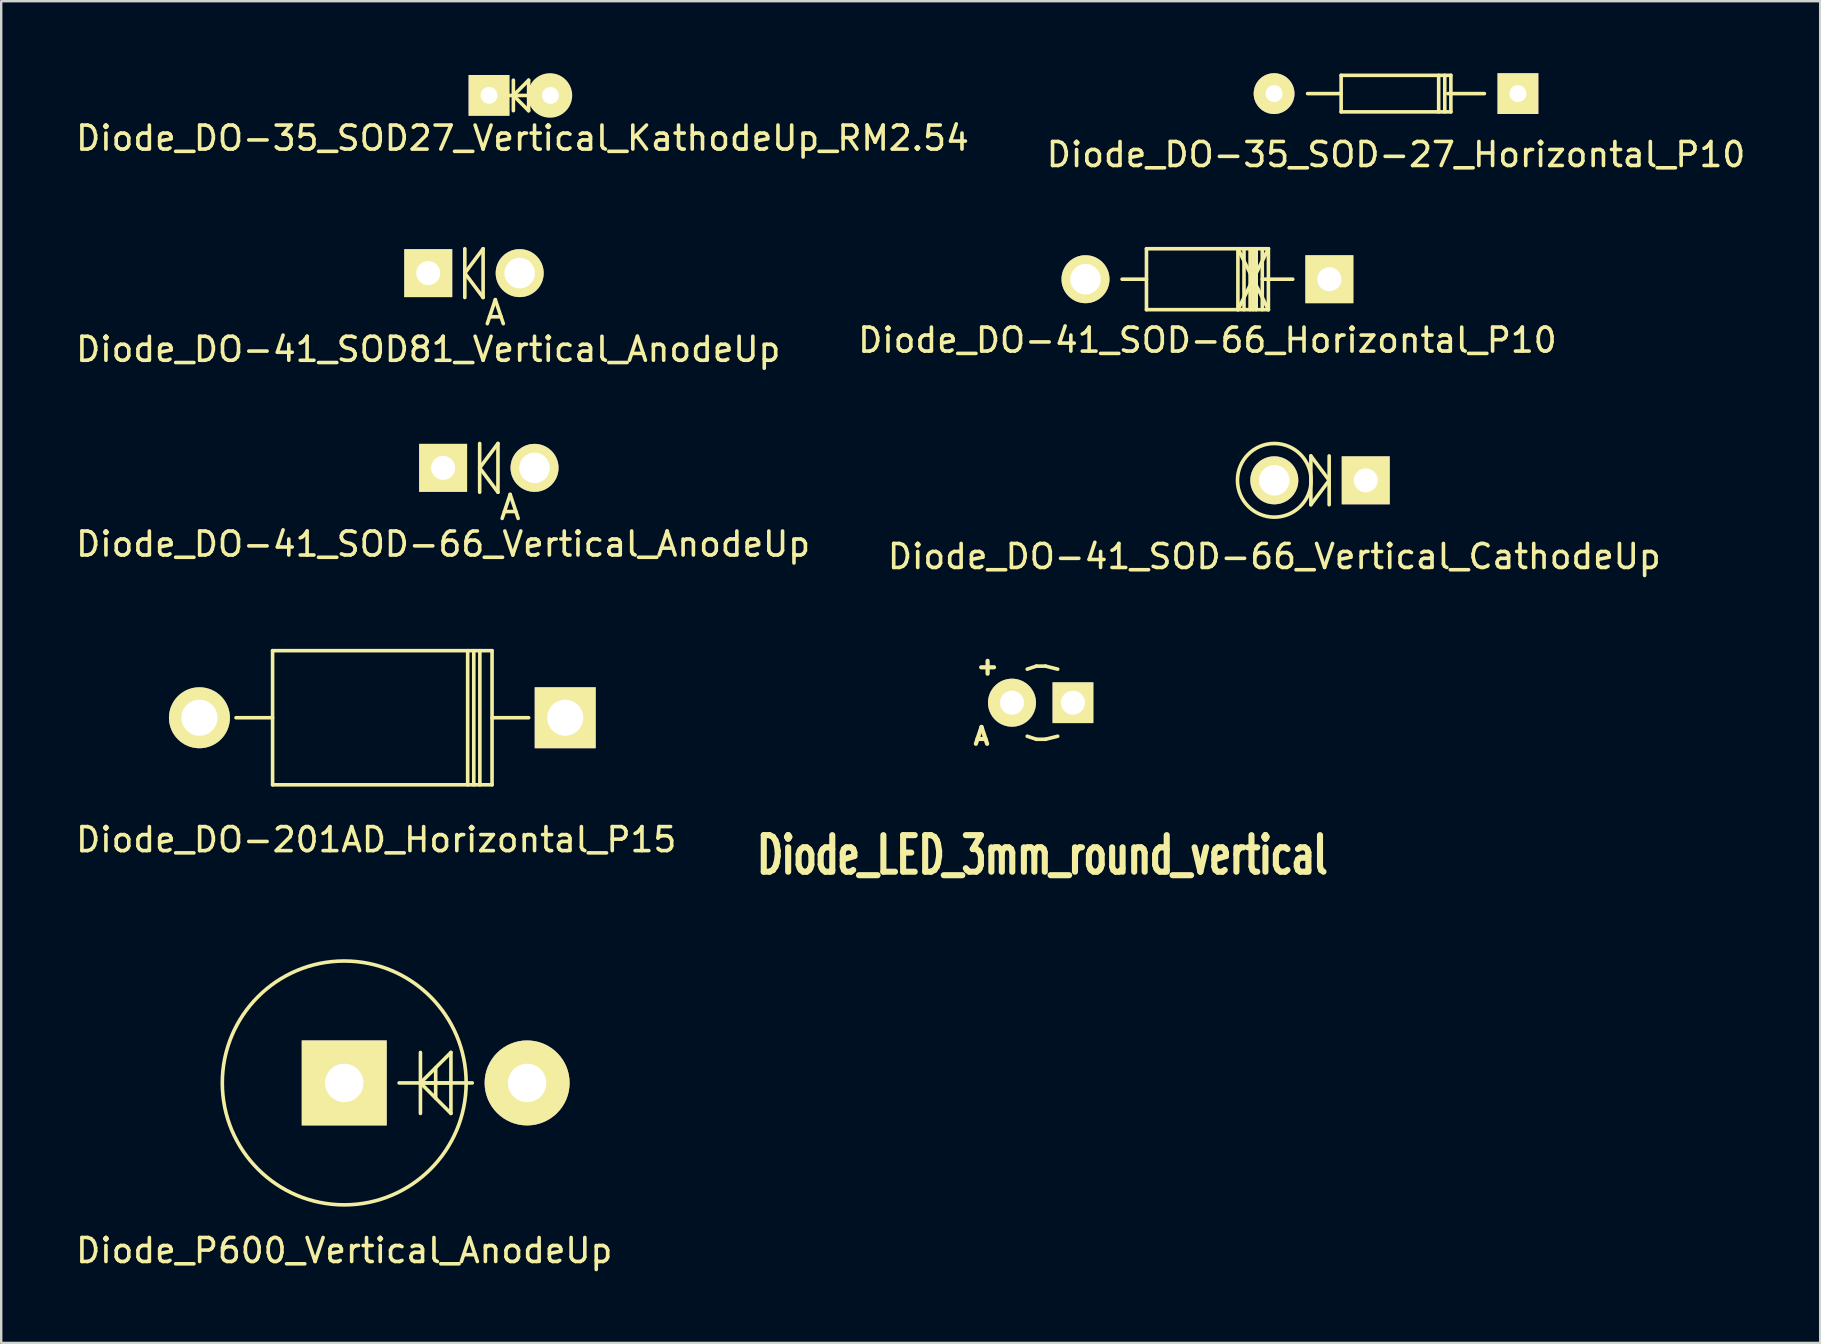
<source format=kicad_pcb>
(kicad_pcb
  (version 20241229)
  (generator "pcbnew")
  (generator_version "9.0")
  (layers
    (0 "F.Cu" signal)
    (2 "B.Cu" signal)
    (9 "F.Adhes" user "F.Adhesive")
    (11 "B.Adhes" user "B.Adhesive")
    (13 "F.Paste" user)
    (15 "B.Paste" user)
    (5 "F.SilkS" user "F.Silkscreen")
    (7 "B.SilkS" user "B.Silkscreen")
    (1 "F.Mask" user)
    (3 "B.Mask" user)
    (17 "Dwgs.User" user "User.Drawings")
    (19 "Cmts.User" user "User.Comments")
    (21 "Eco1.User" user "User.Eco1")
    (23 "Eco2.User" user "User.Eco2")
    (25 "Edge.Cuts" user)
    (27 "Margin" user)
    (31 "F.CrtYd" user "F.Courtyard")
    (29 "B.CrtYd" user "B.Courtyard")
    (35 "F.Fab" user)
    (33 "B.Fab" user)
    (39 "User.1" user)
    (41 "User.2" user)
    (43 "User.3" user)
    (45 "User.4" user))
  (footprint "Diode_P600_Vertical_AnodeUp"
    (layer "F.Cu")
    (at 11.292 42.069)
    (property "Reference" "Diode_P600_Vertical_AnodeUp" (at 0 6.985 0) (layer "F.SilkS") (effects (font (size 1 1) (thickness 0.15))))
    (attr through_hole)
    (fp_line (start 2.286 0) (end 5.334 0) (stroke (width 0.15) (type solid)) (layer "F.SilkS"))
    (fp_line (start 3.175 -1.27) (end 3.175 1.27) (stroke (width 0.15) (type solid)) (layer "F.SilkS"))
    (fp_line (start 3.175 0) (end 4.445 -1.27) (stroke (width 0.15) (type solid)) (layer "F.SilkS"))
    (fp_line (start 3.175 0) (end 4.445 0) (stroke (width 0.15) (type solid)) (layer "F.SilkS"))
    (fp_line (start 3.175 0) (end 4.445 1.27) (stroke (width 0.15) (type solid)) (layer "F.SilkS"))
    (fp_line (start 3.81 -0.635) (end 3.81 0.635) (stroke (width 0.15) (type solid)) (layer "F.SilkS"))
    (fp_line (start 4.445 -1.27) (end 4.445 1.27) (stroke (width 0.15) (type solid)) (layer "F.SilkS"))
    (fp_circle (center 0 0) (end 5.08 0) (stroke (width 0.15) (type solid)) (fill no) (layer "F.SilkS"))
    (pad "1" thru_hole circle (at 7.62 0) (size 3.541 3.541) (drill 1.6) (layers "*.Cu" "*.Mask" "F.SilkS"))
    (pad "2" thru_hole rect (at 0 0) (size 3.541 3.541) (drill 1.6) (layers "*.Cu" "*.Mask" "F.SilkS")))
  (footprint "Diode_DO-35_SOD-27_Horizontal_P10"
    (layer "F.Cu")
    (at 55.113 0.85)
    (property "Reference" "Diode_DO-35_SOD-27_Horizontal_P10" (at 0 2.54 0) (layer "F.SilkS") (effects (font (size 1 1) (thickness 0.15))))
    (attr through_hole)
    (fp_line (start -2.286 -0.762) (end 2.286 -0.762) (stroke (width 0.15) (type solid)) (layer "F.SilkS"))
    (fp_line (start -2.286 0) (end -3.683 0) (stroke (width 0.15) (type solid)) (layer "F.SilkS"))
    (fp_line (start -2.286 0.762) (end -2.286 -0.762) (stroke (width 0.15) (type solid)) (layer "F.SilkS"))
    (fp_line (start 1.778 -0.762) (end 1.778 0.762) (stroke (width 0.15) (type solid)) (layer "F.SilkS"))
    (fp_line (start 2.032 -0.762) (end 2.032 0.762) (stroke (width 0.15) (type solid)) (layer "F.SilkS"))
    (fp_line (start 2.159 0) (end 3.683 0) (stroke (width 0.15) (type solid)) (layer "F.SilkS"))
    (fp_line (start 2.286 -0.762) (end 2.286 0) (stroke (width 0.15) (type solid)) (layer "F.SilkS"))
    (fp_line (start 2.286 0) (end 2.286 0.762) (stroke (width 0.15) (type solid)) (layer "F.SilkS"))
    (fp_line (start 2.286 0.762) (end -2.286 0.762) (stroke (width 0.15) (type solid)) (layer "F.SilkS"))
    (pad "1" thru_hole circle (at -5.08 0) (size 1.699 1.699) (drill 0.701) (layers "*.Cu" "*.Mask" "F.SilkS"))
    (pad "2" thru_hole rect (at 5.08 0) (size 1.699 1.699) (drill 0.701) (layers "*.Cu" "*.Mask" "F.SilkS")))
  (footprint "Diode_DO-41_SOD-66_Vertical_AnodeUp"
    (layer "F.Cu")
    (at 15.411 16.443)
    (property "Reference" "Diode_DO-41_SOD-66_Vertical_AnodeUp" (at 0 3.175 0) (layer "F.SilkS") (effects (font (size 1 1) (thickness 0.15))))
    (attr through_hole)
    (fp_line (start 1.524 -1.016) (end 1.524 1.016) (stroke (width 0.15) (type solid)) (layer "F.SilkS"))
    (fp_line (start 1.524 0) (end 2.286 -1.016) (stroke (width 0.15) (type solid)) (layer "F.SilkS"))
    (fp_line (start 1.524 0) (end 2.286 1.016) (stroke (width 0.15) (type solid)) (layer "F.SilkS"))
    (fp_line (start 2.286 -1.016) (end 2.286 1.016) (stroke (width 0.15) (type solid)) (layer "F.SilkS"))
    (fp_text user "A" (at 2.794 1.651 0) (layer "F.SilkS") (effects (font (size 1 1) (thickness 0.15))))
    (pad "1" thru_hole circle (at 3.81 0) (size 1.999 1.999) (drill 1.27) (layers "*.Cu" "*.Mask" "F.SilkS"))
    (pad "2" thru_hole rect (at 0 0) (size 1.999 1.999) (drill 1.001) (layers "*.Cu" "*.Mask" "F.SilkS")))
  (footprint "Diode_DO-41_SOD81_Vertical_AnodeUp"
    (layer "F.Cu")
    (at 14.792 8.329)
    (property "Reference" "Diode_DO-41_SOD81_Vertical_AnodeUp" (at 0 3.175 0) (layer "F.SilkS") (effects (font (size 1 1) (thickness 0.15))))
    (attr through_hole)
    (fp_line (start 1.524 -1.016) (end 1.524 1.016) (stroke (width 0.15) (type solid)) (layer "F.SilkS"))
    (fp_line (start 1.524 0) (end 2.286 -1.016) (stroke (width 0.15) (type solid)) (layer "F.SilkS"))
    (fp_line (start 1.524 0) (end 2.286 1.016) (stroke (width 0.15) (type solid)) (layer "F.SilkS"))
    (fp_line (start 2.286 -1.016) (end 2.286 1.016) (stroke (width 0.15) (type solid)) (layer "F.SilkS"))
    (fp_text user "A" (at 2.794 1.651 0) (layer "F.SilkS") (effects (font (size 1 1) (thickness 0.15))))
    (pad "1" thru_hole rect (at 0 0) (size 1.999 1.999) (drill 1.001) (layers "*.Cu" "*.Mask" "F.SilkS"))
    (pad "2" thru_hole circle (at 3.81 0) (size 1.999 1.999) (drill 1.27) (layers "*.Cu" "*.Mask" "F.SilkS")))
  (footprint "Diode_LED_3mm_round_vertical"
    (layer "F.Cu")
    (at 40.383 26.227)
    (property "Reference" "Diode_LED_3mm_round_vertical" (at 0 6.35 0) (layer "F.SilkS") (effects (font (size 1.524 1.016) (thickness 0.254))))
    (attr through_hole)
    (fp_line (start -0.635 -1.397) (end -0.254 -1.524) (stroke (width 0.15) (type solid)) (layer "F.SilkS"))
    (fp_line (start -0.635 1.397) (end -0.254 1.524) (stroke (width 0.15) (type solid)) (layer "F.SilkS"))
    (fp_line (start -0.254 -1.524) (end 0.127 -1.524) (stroke (width 0.15) (type solid)) (layer "F.SilkS"))
    (fp_line (start -0.254 1.524) (end 0.127 1.524) (stroke (width 0.15) (type solid)) (layer "F.SilkS"))
    (fp_line (start 0.127 -1.524) (end 0.635 -1.397) (stroke (width 0.15) (type solid)) (layer "F.SilkS"))
    (fp_line (start 0.127 1.524) (end 0.635 1.397) (stroke (width 0.15) (type solid)) (layer "F.SilkS"))
    (fp_text user "A" (at -2.54 1.397 0) (layer "F.SilkS") (effects (font (size 0.701 0.701) (thickness 0.175))))
    (fp_text user "+" (at -2.286 -1.524 0) (layer "F.SilkS") (effects (font (size 0.701 0.701) (thickness 0.175))))
    (pad "1" thru_hole circle (at -1.27 0 90) (size 1.999 1.999) (drill 1.001) (layers "*.Cu" "*.Mask" "F.SilkS"))
    (pad "2" thru_hole rect (at 1.27 0) (size 1.699 1.699) (drill 1.001) (layers "*.Cu" "*.Mask" "F.SilkS")))
  (footprint "Diode_DO-41_SOD-66_Vertical_CathodeUp"
    (layer "F.Cu")
    (at 50.042 16.962)
    (property "Reference" "Diode_DO-41_SOD-66_Vertical_CathodeUp" (at 0 3.175 0) (layer "F.SilkS") (effects (font (size 1 1) (thickness 0.15))))
    (attr through_hole)
    (fp_line (start 1.524 -1.016) (end 1.524 1.016) (stroke (width 0.15) (type solid)) (layer "F.SilkS"))
    (fp_line (start 1.524 -1.016) (end 2.286 0) (stroke (width 0.15) (type solid)) (layer "F.SilkS"))
    (fp_line (start 2.286 -1.016) (end 2.286 1.016) (stroke (width 0.15) (type solid)) (layer "F.SilkS"))
    (fp_line (start 2.286 0) (end 1.524 1.016) (stroke (width 0.15) (type solid)) (layer "F.SilkS"))
    (fp_circle (center 0 0) (end 1.397 0.635) (stroke (width 0.15) (type solid)) (fill no) (layer "F.SilkS"))
    (pad "1" thru_hole circle (at 0 0) (size 1.999 1.999) (drill 1.27) (layers "*.Cu" "*.Mask" "F.SilkS"))
    (pad "2" thru_hole rect (at 3.81 0) (size 1.999 1.999) (drill 1.001) (layers "*.Cu" "*.Mask" "F.SilkS")))
  (footprint "Diode_DO-41_SOD-66_Horizontal_P10"
    (layer "F.Cu")
    (at 47.256 8.583)
    (property "Reference" "Diode_DO-41_SOD-66_Horizontal_P10" (at 0 2.54 0) (layer "F.SilkS") (effects (font (size 1 1) (thickness 0.15))))
    (attr through_hole)
    (fp_line (start -2.54 -1.27) (end -2.54 1.27) (stroke (width 0.15) (type solid)) (layer "F.SilkS"))
    (fp_line (start -2.54 0) (end -3.556 0) (stroke (width 0.15) (type solid)) (layer "F.SilkS"))
    (fp_line (start -2.54 1.27) (end 2.54 1.27) (stroke (width 0.15) (type solid)) (layer "F.SilkS"))
    (fp_line (start 1.27 -1.27) (end 1.27 1.27) (stroke (width 0.15) (type solid)) (layer "F.SilkS"))
    (fp_line (start 1.27 -1.27) (end 2.54 1.27) (stroke (width 0.15) (type solid)) (layer "F.SilkS"))
    (fp_line (start 1.524 -1.27) (end 1.524 1.27) (stroke (width 0.15) (type solid)) (layer "F.SilkS"))
    (fp_line (start 1.778 -1.27) (end 1.778 1.27) (stroke (width 0.15) (type solid)) (layer "F.SilkS"))
    (fp_line (start 1.905 -1.27) (end 1.905 1.27) (stroke (width 0.15) (type solid)) (layer "F.SilkS"))
    (fp_line (start 2.032 -1.27) (end 2.032 1.27) (stroke (width 0.15) (type solid)) (layer "F.SilkS"))
    (fp_line (start 2.286 -1.27) (end 2.286 1.27) (stroke (width 0.15) (type solid)) (layer "F.SilkS"))
    (fp_line (start 2.286 0) (end 3.556 0) (stroke (width 0.15) (type solid)) (layer "F.SilkS"))
    (fp_line (start 2.54 -1.27) (end -2.54 -1.27) (stroke (width 0.15) (type solid)) (layer "F.SilkS"))
    (fp_line (start 2.54 -1.27) (end 1.27 1.27) (stroke (width 0.15) (type solid)) (layer "F.SilkS"))
    (fp_line (start 2.54 1.27) (end 2.54 -1.27) (stroke (width 0.15) (type solid)) (layer "F.SilkS"))
    (pad "1" thru_hole circle (at -5.08 0) (size 1.999 1.999) (drill 1.27) (layers "*.Cu" "*.Mask" "F.SilkS"))
    (pad "2" thru_hole rect (at 5.08 0) (size 1.999 1.999) (drill 1.001) (layers "*.Cu" "*.Mask" "F.SilkS")))
  (footprint "Diode_DO-35_SOD27_Vertical_KathodeUp_RM2.54"
    (layer "F.Cu")
    (at 17.323 0.927)
    (property "Reference" "Diode_DO-35_SOD27_Vertical_KathodeUp_RM2.54" (at 1.397 1.778 0) (layer "F.SilkS") (effects (font (size 1 1) (thickness 0.15))))
    (attr through_hole)
    (fp_line (start 0 0) (end 2.54 0) (stroke (width 0.15) (type solid)) (layer "F.SilkS"))
    (fp_line (start 1.016 -0.635) (end 1.016 0.635) (stroke (width 0.15) (type solid)) (layer "F.SilkS"))
    (fp_line (start 1.016 0) (end 1.651 -0.635) (stroke (width 0.15) (type solid)) (layer "F.SilkS"))
    (fp_line (start 1.651 -0.635) (end 1.651 0.635) (stroke (width 0.15) (type solid)) (layer "F.SilkS"))
    (fp_line (start 1.651 0.635) (end 1.016 0) (stroke (width 0.15) (type solid)) (layer "F.SilkS"))
    (fp_circle (center 2.54 0) (end 3.302 0.381) (stroke (width 0.15) (type solid)) (fill no) (layer "F.SilkS"))
    (pad "1" thru_hole rect (at 0.001 -0.003 180) (size 1.699 1.699) (drill 0.701) (layers "*.Cu" "*.Mask" "F.SilkS"))
    (pad "2" thru_hole circle (at 2.56 0 180) (size 1.699 1.699) (drill 0.701) (layers "*.Cu" "*.Mask" "F.SilkS")))
  (footprint "Diode_DO-201AD_Horizontal_P15"
    (layer "F.Cu")
    (at 12.879 26.854)
    (property "Reference" "Diode_DO-201AD_Horizontal_P15" (at -0.254 5.08 0) (layer "F.SilkS") (effects (font (size 1 1) (thickness 0.15))))
    (attr through_hole)
    (fp_line (start -4.572 -2.794) (end -4.572 2.794) (stroke (width 0.15) (type solid)) (layer "F.SilkS"))
    (fp_line (start -4.572 0) (end -6.096 0) (stroke (width 0.15) (type solid)) (layer "F.SilkS"))
    (fp_line (start -4.572 2.794) (end 4.572 2.794) (stroke (width 0.15) (type solid)) (layer "F.SilkS"))
    (fp_line (start 3.556 -2.794) (end 3.556 2.794) (stroke (width 0.15) (type solid)) (layer "F.SilkS"))
    (fp_line (start 3.81 -2.794) (end 3.81 2.794) (stroke (width 0.15) (type solid)) (layer "F.SilkS"))
    (fp_line (start 4.064 -2.794) (end 4.064 2.794) (stroke (width 0.15) (type solid)) (layer "F.SilkS"))
    (fp_line (start 4.572 -2.794) (end -4.572 -2.794) (stroke (width 0.15) (type solid)) (layer "F.SilkS"))
    (fp_line (start 4.572 0) (end 6.096 0) (stroke (width 0.15) (type solid)) (layer "F.SilkS"))
    (fp_line (start 4.572 2.794) (end 4.572 -2.794) (stroke (width 0.15) (type solid)) (layer "F.SilkS"))
    (pad "1" thru_hole circle (at -7.62 0) (size 2.54 2.54) (drill 1.501) (layers "*.Cu" "*.Mask" "F.SilkS"))
    (pad "2" thru_hole rect (at 7.62 0) (size 2.54 2.54) (drill 1.501) (layers "*.Cu" "*.Mask" "F.SilkS")))
  (gr_rect
    (start -3 -3)
    (end 72.786 52.902)
    (stroke (width 0.1) (type default))
    (fill no)
    (layer "Edge.Cuts")))
</source>
